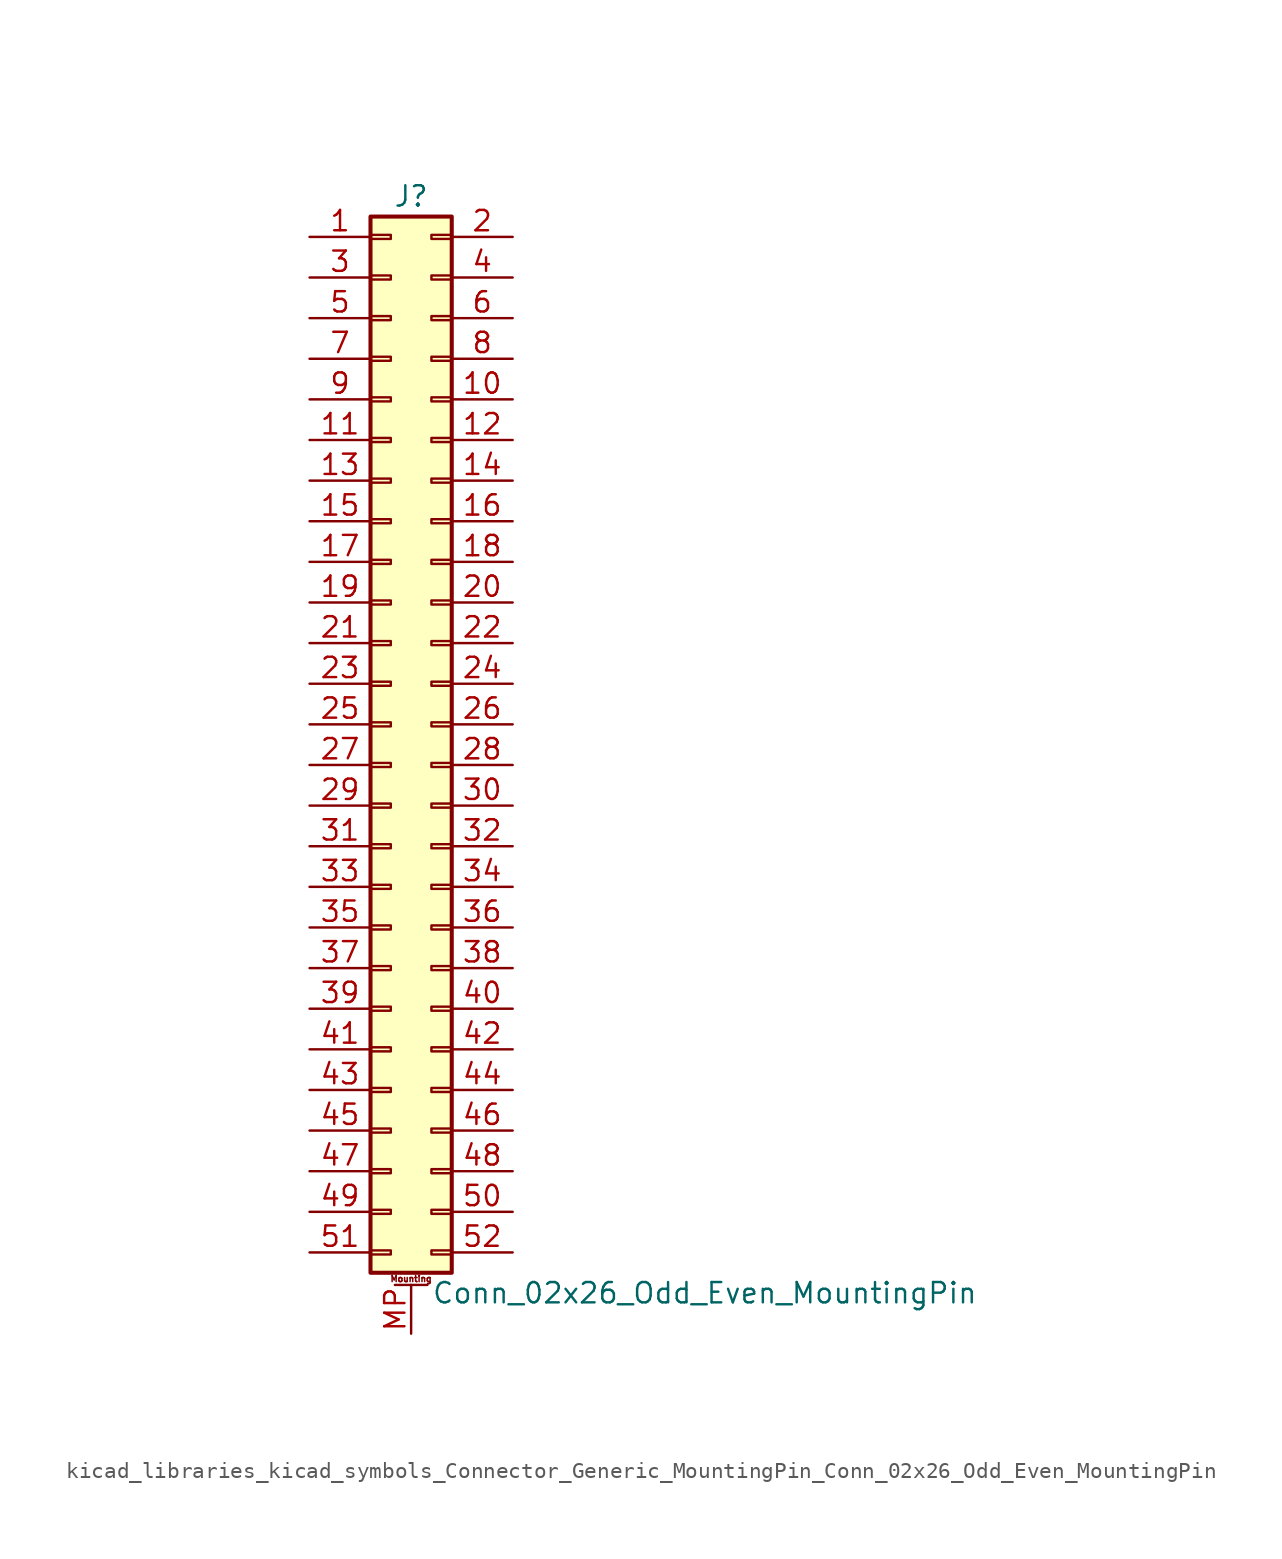
<source format=kicad_sym>
(kicad_symbol_lib
  (version 20220914)
  (generator kicad_symbol_editor)
  (symbol "kicad_libraries_kicad_symbols_Connector_Generic_MountingPin_Conn_02x26_Odd_Even_MountingPin"
    (pin_names
      (offset 1.016) hide)
    (property "Reference" "J"
      (at 1.27 33.02 0)
      (effects (font (size 1.27 1.27))))
    (property "Value" "Conn_02x26_Odd_Even_MountingPin"
      (at 2.54 -35.56 0)
      (effects (font (size 1.27 1.27)) (justify left)))
    (symbol "kicad_libraries_kicad_symbols_Connector_Generic_MountingPin_Conn_02x26_Odd_Even_MountingPin_1_1"
      (rectangle (start -1.27 -32.893) (end 0 -33.147) (stroke (width 0.152) (type default)) (fill (type none)))
      (rectangle (start -1.27 -30.353) (end 0 -30.607) (stroke (width 0.152) (type default)) (fill (type none)))
      (rectangle (start -1.27 -27.813) (end 0 -28.067) (stroke (width 0.152) (type default)) (fill (type none)))
      (rectangle (start -1.27 -25.273) (end 0 -25.527) (stroke (width 0.152) (type default)) (fill (type none)))
      (rectangle (start -1.27 -22.733) (end 0 -22.987) (stroke (width 0.152) (type default)) (fill (type none)))
      (rectangle (start -1.27 -20.193) (end 0 -20.447) (stroke (width 0.152) (type default)) (fill (type none)))
      (rectangle (start -1.27 -17.653) (end 0 -17.907) (stroke (width 0.152) (type default)) (fill (type none)))
      (rectangle (start -1.27 -15.113) (end 0 -15.367) (stroke (width 0.152) (type default)) (fill (type none)))
      (rectangle (start -1.27 -12.573) (end 0 -12.827) (stroke (width 0.152) (type default)) (fill (type none)))
      (rectangle (start -1.27 -10.033) (end 0 -10.287) (stroke (width 0.152) (type default)) (fill (type none)))
      (rectangle (start -1.27 -7.493) (end 0 -7.747) (stroke (width 0.152) (type default)) (fill (type none)))
      (rectangle (start -1.27 -4.953) (end 0 -5.207) (stroke (width 0.152) (type default)) (fill (type none)))
      (rectangle (start -1.27 -2.413) (end 0 -2.667) (stroke (width 0.152) (type default)) (fill (type none)))
      (rectangle (start -1.27 0.127) (end 0 -0.127) (stroke (width 0.152) (type default)) (fill (type none)))
      (rectangle (start -1.27 2.667) (end 0 2.413) (stroke (width 0.152) (type default)) (fill (type none)))
      (rectangle (start -1.27 5.207) (end 0 4.953) (stroke (width 0.152) (type default)) (fill (type none)))
      (rectangle (start -1.27 7.747) (end 0 7.493) (stroke (width 0.152) (type default)) (fill (type none)))
      (rectangle (start -1.27 10.287) (end 0 10.033) (stroke (width 0.152) (type default)) (fill (type none)))
      (rectangle (start -1.27 12.827) (end 0 12.573) (stroke (width 0.152) (type default)) (fill (type none)))
      (rectangle (start -1.27 15.367) (end 0 15.113) (stroke (width 0.152) (type default)) (fill (type none)))
      (rectangle (start -1.27 17.907) (end 0 17.653) (stroke (width 0.152) (type default)) (fill (type none)))
      (rectangle (start -1.27 20.447) (end 0 20.193) (stroke (width 0.152) (type default)) (fill (type none)))
      (rectangle (start -1.27 22.987) (end 0 22.733) (stroke (width 0.152) (type default)) (fill (type none)))
      (rectangle (start -1.27 25.527) (end 0 25.273) (stroke (width 0.152) (type default)) (fill (type none)))
      (rectangle (start -1.27 28.067) (end 0 27.813) (stroke (width 0.152) (type default)) (fill (type none)))
      (rectangle (start -1.27 30.607) (end 0 30.353) (stroke (width 0.152) (type default)) (fill (type none)))
      (rectangle (start -1.27 31.75) (end 3.81 -34.29) (stroke (width 0.254) (type default)) (fill (type background)))
      (polyline (pts (xy 0.254 -35.052) (xy 2.286 -35.052)) (stroke (width 0.152) (type default)) (fill (type none)))
      (rectangle (start 3.81 -32.893) (end 2.54 -33.147) (stroke (width 0.152) (type default)) (fill (type none)))
      (rectangle (start 3.81 -30.353) (end 2.54 -30.607) (stroke (width 0.152) (type default)) (fill (type none)))
      (rectangle (start 3.81 -27.813) (end 2.54 -28.067) (stroke (width 0.152) (type default)) (fill (type none)))
      (rectangle (start 3.81 -25.273) (end 2.54 -25.527) (stroke (width 0.152) (type default)) (fill (type none)))
      (rectangle (start 3.81 -22.733) (end 2.54 -22.987) (stroke (width 0.152) (type default)) (fill (type none)))
      (rectangle (start 3.81 -20.193) (end 2.54 -20.447) (stroke (width 0.152) (type default)) (fill (type none)))
      (rectangle (start 3.81 -17.653) (end 2.54 -17.907) (stroke (width 0.152) (type default)) (fill (type none)))
      (rectangle (start 3.81 -15.113) (end 2.54 -15.367) (stroke (width 0.152) (type default)) (fill (type none)))
      (rectangle (start 3.81 -12.573) (end 2.54 -12.827) (stroke (width 0.152) (type default)) (fill (type none)))
      (rectangle (start 3.81 -10.033) (end 2.54 -10.287) (stroke (width 0.152) (type default)) (fill (type none)))
      (rectangle (start 3.81 -7.493) (end 2.54 -7.747) (stroke (width 0.152) (type default)) (fill (type none)))
      (rectangle (start 3.81 -4.953) (end 2.54 -5.207) (stroke (width 0.152) (type default)) (fill (type none)))
      (rectangle (start 3.81 -2.413) (end 2.54 -2.667) (stroke (width 0.152) (type default)) (fill (type none)))
      (rectangle (start 3.81 0.127) (end 2.54 -0.127) (stroke (width 0.152) (type default)) (fill (type none)))
      (rectangle (start 3.81 2.667) (end 2.54 2.413) (stroke (width 0.152) (type default)) (fill (type none)))
      (rectangle (start 3.81 5.207) (end 2.54 4.953) (stroke (width 0.152) (type default)) (fill (type none)))
      (rectangle (start 3.81 7.747) (end 2.54 7.493) (stroke (width 0.152) (type default)) (fill (type none)))
      (rectangle (start 3.81 10.287) (end 2.54 10.033) (stroke (width 0.152) (type default)) (fill (type none)))
      (rectangle (start 3.81 12.827) (end 2.54 12.573) (stroke (width 0.152) (type default)) (fill (type none)))
      (rectangle (start 3.81 15.367) (end 2.54 15.113) (stroke (width 0.152) (type default)) (fill (type none)))
      (rectangle (start 3.81 17.907) (end 2.54 17.653) (stroke (width 0.152) (type default)) (fill (type none)))
      (rectangle (start 3.81 20.447) (end 2.54 20.193) (stroke (width 0.152) (type default)) (fill (type none)))
      (rectangle (start 3.81 22.987) (end 2.54 22.733) (stroke (width 0.152) (type default)) (fill (type none)))
      (rectangle (start 3.81 25.527) (end 2.54 25.273) (stroke (width 0.152) (type default)) (fill (type none)))
      (rectangle (start 3.81 28.067) (end 2.54 27.813) (stroke (width 0.152) (type default)) (fill (type none)))
      (rectangle (start 3.81 30.607) (end 2.54 30.353) (stroke (width 0.152) (type default)) (fill (type none)))
      (text "Mounting" (at 1.27 -34.671 0) (effects (font (size 0.381 0.381))))
      (pin passive line (at -5.08 30.48 0) (length 3.81) (name "Pin_1" (effects (font (size 1.27 1.27)))) (number "1" (effects (font (size 1.27 1.27)))))
      (pin passive line (at 7.62 20.32 180) (length 3.81) (name "Pin_10" (effects (font (size 1.27 1.27)))) (number "10" (effects (font (size 1.27 1.27)))))
      (pin passive line (at -5.08 17.78 0) (length 3.81) (name "Pin_11" (effects (font (size 1.27 1.27)))) (number "11" (effects (font (size 1.27 1.27)))))
      (pin passive line (at 7.62 17.78 180) (length 3.81) (name "Pin_12" (effects (font (size 1.27 1.27)))) (number "12" (effects (font (size 1.27 1.27)))))
      (pin passive line (at -5.08 15.24 0) (length 3.81) (name "Pin_13" (effects (font (size 1.27 1.27)))) (number "13" (effects (font (size 1.27 1.27)))))
      (pin passive line (at 7.62 15.24 180) (length 3.81) (name "Pin_14" (effects (font (size 1.27 1.27)))) (number "14" (effects (font (size 1.27 1.27)))))
      (pin passive line (at -5.08 12.7 0) (length 3.81) (name "Pin_15" (effects (font (size 1.27 1.27)))) (number "15" (effects (font (size 1.27 1.27)))))
      (pin passive line (at 7.62 12.7 180) (length 3.81) (name "Pin_16" (effects (font (size 1.27 1.27)))) (number "16" (effects (font (size 1.27 1.27)))))
      (pin passive line (at -5.08 10.16 0) (length 3.81) (name "Pin_17" (effects (font (size 1.27 1.27)))) (number "17" (effects (font (size 1.27 1.27)))))
      (pin passive line (at 7.62 10.16 180) (length 3.81) (name "Pin_18" (effects (font (size 1.27 1.27)))) (number "18" (effects (font (size 1.27 1.27)))))
      (pin passive line (at -5.08 7.62 0) (length 3.81) (name "Pin_19" (effects (font (size 1.27 1.27)))) (number "19" (effects (font (size 1.27 1.27)))))
      (pin passive line (at 7.62 30.48 180) (length 3.81) (name "Pin_2" (effects (font (size 1.27 1.27)))) (number "2" (effects (font (size 1.27 1.27)))))
      (pin passive line (at 7.62 7.62 180) (length 3.81) (name "Pin_20" (effects (font (size 1.27 1.27)))) (number "20" (effects (font (size 1.27 1.27)))))
      (pin passive line (at -5.08 5.08 0) (length 3.81) (name "Pin_21" (effects (font (size 1.27 1.27)))) (number "21" (effects (font (size 1.27 1.27)))))
      (pin passive line (at 7.62 5.08 180) (length 3.81) (name "Pin_22" (effects (font (size 1.27 1.27)))) (number "22" (effects (font (size 1.27 1.27)))))
      (pin passive line (at -5.08 2.54 0) (length 3.81) (name "Pin_23" (effects (font (size 1.27 1.27)))) (number "23" (effects (font (size 1.27 1.27)))))
      (pin passive line (at 7.62 2.54 180) (length 3.81) (name "Pin_24" (effects (font (size 1.27 1.27)))) (number "24" (effects (font (size 1.27 1.27)))))
      (pin passive line (at -5.08 0 0) (length 3.81) (name "Pin_25" (effects (font (size 1.27 1.27)))) (number "25" (effects (font (size 1.27 1.27)))))
      (pin passive line (at 7.62 0 180) (length 3.81) (name "Pin_26" (effects (font (size 1.27 1.27)))) (number "26" (effects (font (size 1.27 1.27)))))
      (pin passive line (at -5.08 -2.54 0) (length 3.81) (name "Pin_27" (effects (font (size 1.27 1.27)))) (number "27" (effects (font (size 1.27 1.27)))))
      (pin passive line (at 7.62 -2.54 180) (length 3.81) (name "Pin_28" (effects (font (size 1.27 1.27)))) (number "28" (effects (font (size 1.27 1.27)))))
      (pin passive line (at -5.08 -5.08 0) (length 3.81) (name "Pin_29" (effects (font (size 1.27 1.27)))) (number "29" (effects (font (size 1.27 1.27)))))
      (pin passive line (at -5.08 27.94 0) (length 3.81) (name "Pin_3" (effects (font (size 1.27 1.27)))) (number "3" (effects (font (size 1.27 1.27)))))
      (pin passive line (at 7.62 -5.08 180) (length 3.81) (name "Pin_30" (effects (font (size 1.27 1.27)))) (number "30" (effects (font (size 1.27 1.27)))))
      (pin passive line (at -5.08 -7.62 0) (length 3.81) (name "Pin_31" (effects (font (size 1.27 1.27)))) (number "31" (effects (font (size 1.27 1.27)))))
      (pin passive line (at 7.62 -7.62 180) (length 3.81) (name "Pin_32" (effects (font (size 1.27 1.27)))) (number "32" (effects (font (size 1.27 1.27)))))
      (pin passive line (at -5.08 -10.16 0) (length 3.81) (name "Pin_33" (effects (font (size 1.27 1.27)))) (number "33" (effects (font (size 1.27 1.27)))))
      (pin passive line (at 7.62 -10.16 180) (length 3.81) (name "Pin_34" (effects (font (size 1.27 1.27)))) (number "34" (effects (font (size 1.27 1.27)))))
      (pin passive line (at -5.08 -12.7 0) (length 3.81) (name "Pin_35" (effects (font (size 1.27 1.27)))) (number "35" (effects (font (size 1.27 1.27)))))
      (pin passive line (at 7.62 -12.7 180) (length 3.81) (name "Pin_36" (effects (font (size 1.27 1.27)))) (number "36" (effects (font (size 1.27 1.27)))))
      (pin passive line (at -5.08 -15.24 0) (length 3.81) (name "Pin_37" (effects (font (size 1.27 1.27)))) (number "37" (effects (font (size 1.27 1.27)))))
      (pin passive line (at 7.62 -15.24 180) (length 3.81) (name "Pin_38" (effects (font (size 1.27 1.27)))) (number "38" (effects (font (size 1.27 1.27)))))
      (pin passive line (at -5.08 -17.78 0) (length 3.81) (name "Pin_39" (effects (font (size 1.27 1.27)))) (number "39" (effects (font (size 1.27 1.27)))))
      (pin passive line (at 7.62 27.94 180) (length 3.81) (name "Pin_4" (effects (font (size 1.27 1.27)))) (number "4" (effects (font (size 1.27 1.27)))))
      (pin passive line (at 7.62 -17.78 180) (length 3.81) (name "Pin_40" (effects (font (size 1.27 1.27)))) (number "40" (effects (font (size 1.27 1.27)))))
      (pin passive line (at -5.08 -20.32 0) (length 3.81) (name "Pin_41" (effects (font (size 1.27 1.27)))) (number "41" (effects (font (size 1.27 1.27)))))
      (pin passive line (at 7.62 -20.32 180) (length 3.81) (name "Pin_42" (effects (font (size 1.27 1.27)))) (number "42" (effects (font (size 1.27 1.27)))))
      (pin passive line (at -5.08 -22.86 0) (length 3.81) (name "Pin_43" (effects (font (size 1.27 1.27)))) (number "43" (effects (font (size 1.27 1.27)))))
      (pin passive line (at 7.62 -22.86 180) (length 3.81) (name "Pin_44" (effects (font (size 1.27 1.27)))) (number "44" (effects (font (size 1.27 1.27)))))
      (pin passive line (at -5.08 -25.4 0) (length 3.81) (name "Pin_45" (effects (font (size 1.27 1.27)))) (number "45" (effects (font (size 1.27 1.27)))))
      (pin passive line (at 7.62 -25.4 180) (length 3.81) (name "Pin_46" (effects (font (size 1.27 1.27)))) (number "46" (effects (font (size 1.27 1.27)))))
      (pin passive line (at -5.08 -27.94 0) (length 3.81) (name "Pin_47" (effects (font (size 1.27 1.27)))) (number "47" (effects (font (size 1.27 1.27)))))
      (pin passive line (at 7.62 -27.94 180) (length 3.81) (name "Pin_48" (effects (font (size 1.27 1.27)))) (number "48" (effects (font (size 1.27 1.27)))))
      (pin passive line (at -5.08 -30.48 0) (length 3.81) (name "Pin_49" (effects (font (size 1.27 1.27)))) (number "49" (effects (font (size 1.27 1.27)))))
      (pin passive line (at -5.08 25.4 0) (length 3.81) (name "Pin_5" (effects (font (size 1.27 1.27)))) (number "5" (effects (font (size 1.27 1.27)))))
      (pin passive line (at 7.62 -30.48 180) (length 3.81) (name "Pin_50" (effects (font (size 1.27 1.27)))) (number "50" (effects (font (size 1.27 1.27)))))
      (pin passive line (at -5.08 -33.02 0) (length 3.81) (name "Pin_51" (effects (font (size 1.27 1.27)))) (number "51" (effects (font (size 1.27 1.27)))))
      (pin passive line (at 7.62 -33.02 180) (length 3.81) (name "Pin_52" (effects (font (size 1.27 1.27)))) (number "52" (effects (font (size 1.27 1.27)))))
      (pin passive line (at 7.62 25.4 180) (length 3.81) (name "Pin_6" (effects (font (size 1.27 1.27)))) (number "6" (effects (font (size 1.27 1.27)))))
      (pin passive line (at -5.08 22.86 0) (length 3.81) (name "Pin_7" (effects (font (size 1.27 1.27)))) (number "7" (effects (font (size 1.27 1.27)))))
      (pin passive line (at 7.62 22.86 180) (length 3.81) (name "Pin_8" (effects (font (size 1.27 1.27)))) (number "8" (effects (font (size 1.27 1.27)))))
      (pin passive line (at -5.08 20.32 0) (length 3.81) (name "Pin_9" (effects (font (size 1.27 1.27)))) (number "9" (effects (font (size 1.27 1.27)))))
      (pin passive line (at 1.27 -38.1 90) (length 3.048) (name "MountPin" (effects (font (size 1.27 1.27)))) (number "MP" (effects (font (size 1.27 1.27))))))))
</source>
